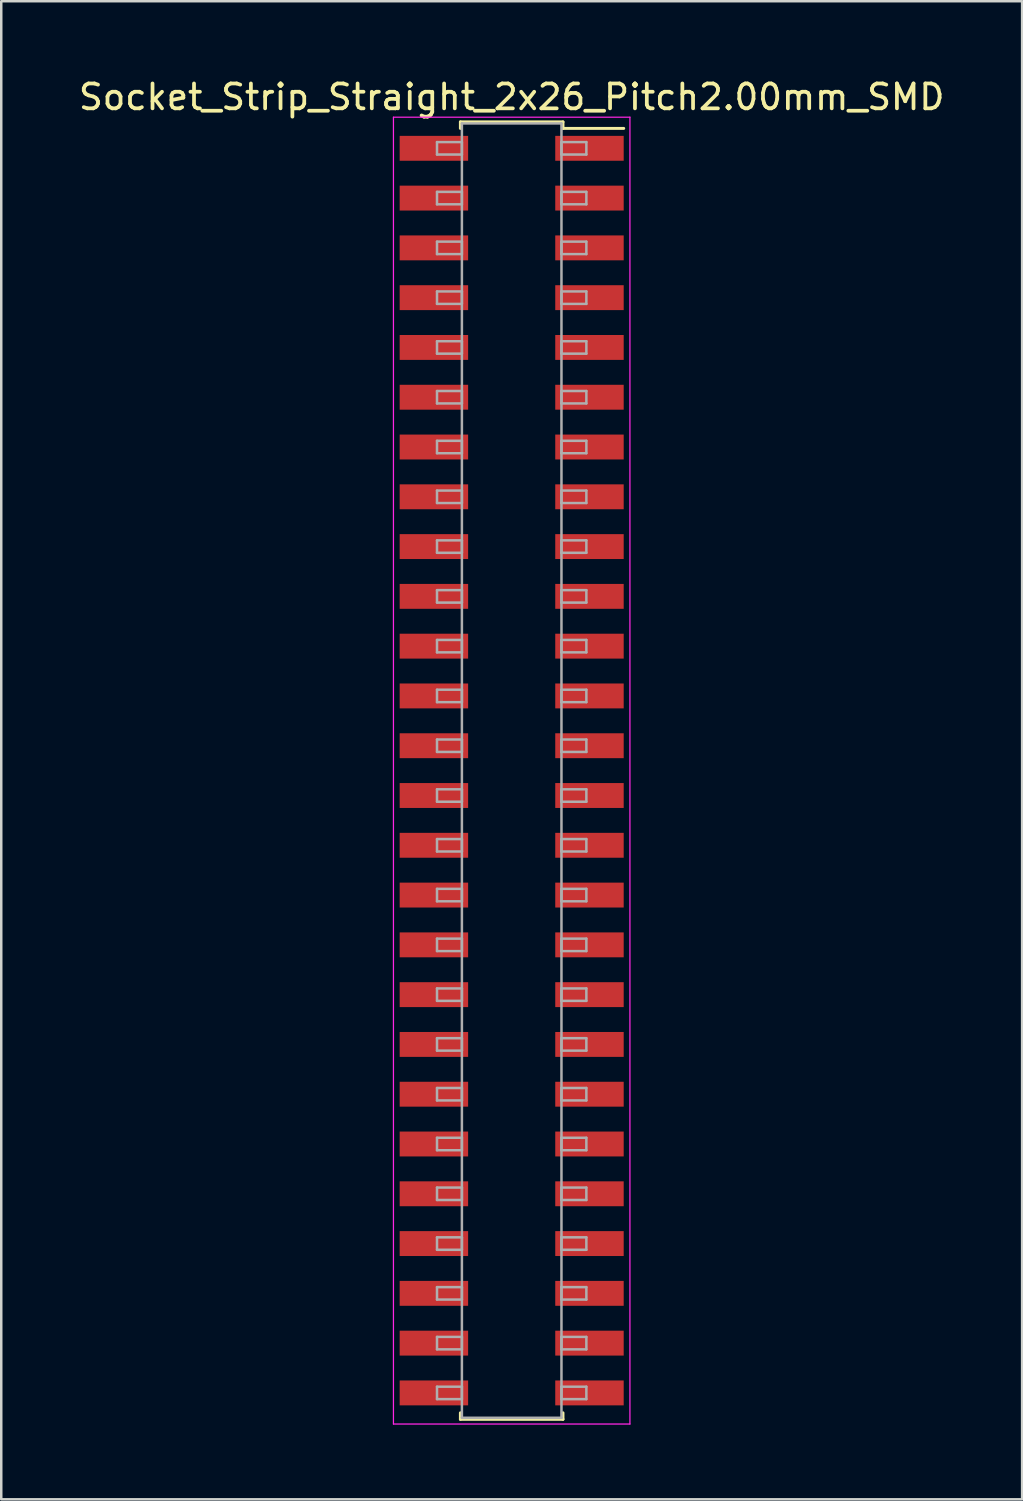
<source format=kicad_pcb>
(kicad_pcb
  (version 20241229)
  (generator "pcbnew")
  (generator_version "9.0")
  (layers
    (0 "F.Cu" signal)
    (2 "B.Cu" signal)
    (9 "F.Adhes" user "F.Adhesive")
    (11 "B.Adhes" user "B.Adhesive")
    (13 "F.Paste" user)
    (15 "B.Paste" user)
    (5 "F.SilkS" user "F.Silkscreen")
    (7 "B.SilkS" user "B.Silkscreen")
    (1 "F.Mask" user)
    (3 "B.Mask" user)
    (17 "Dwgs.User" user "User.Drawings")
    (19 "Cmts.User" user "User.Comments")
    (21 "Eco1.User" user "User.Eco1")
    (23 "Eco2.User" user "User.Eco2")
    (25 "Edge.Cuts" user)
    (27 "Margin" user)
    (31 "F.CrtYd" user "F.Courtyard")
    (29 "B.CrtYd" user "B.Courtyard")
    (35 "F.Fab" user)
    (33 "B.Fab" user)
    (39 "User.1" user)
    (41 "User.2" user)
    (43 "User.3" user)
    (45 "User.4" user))
  (footprint "Socket_Strip_Straight_2x26_Pitch2.00mm_SMD"
    (layer "F.Cu")
    (at 17.506 27.908)
    (property "Reference" "Socket_Strip_Straight_2x26_Pitch2.00mm_SMD" (at 0 -27.06 0) (layer "F.SilkS") (effects (font (size 1 1) (thickness 0.15))))
    (attr smd)
    (fp_line (start -2.06 -26.06) (end 2.06 -26.06) (stroke (width 0.12) (type solid)) (layer "F.SilkS"))
    (fp_line (start -2.06 -25.8) (end -2.06 -26.06) (stroke (width 0.12) (type solid)) (layer "F.SilkS"))
    (fp_line (start -2.06 25.8) (end -2.06 26.06) (stroke (width 0.12) (type solid)) (layer "F.SilkS"))
    (fp_line (start -2.06 26.06) (end 2.06 26.06) (stroke (width 0.12) (type solid)) (layer "F.SilkS"))
    (fp_line (start 2.06 -26.06) (end 2.06 -25.8) (stroke (width 0.12) (type solid)) (layer "F.SilkS"))
    (fp_line (start 2.06 26.06) (end 2.06 25.8) (stroke (width 0.12) (type solid)) (layer "F.SilkS"))
    (fp_line (start 4.5 -25.8) (end 2.06 -25.8) (stroke (width 0.12) (type solid)) (layer "F.SilkS"))
    (fp_line (start -4.75 -26.25) (end -4.75 26.25) (stroke (width 0.05) (type solid)) (layer "F.CrtYd"))
    (fp_line (start -4.75 26.25) (end 4.75 26.25) (stroke (width 0.05) (type solid)) (layer "F.CrtYd"))
    (fp_line (start 4.75 -26.25) (end -4.75 -26.25) (stroke (width 0.05) (type solid)) (layer "F.CrtYd"))
    (fp_line (start 4.75 26.25) (end 4.75 -26.25) (stroke (width 0.05) (type solid)) (layer "F.CrtYd"))
    (fp_line (start -3 -25.25) (end -2 -25.25) (stroke (width 0.1) (type solid)) (layer "F.Fab"))
    (fp_line (start -3 -24.75) (end -3 -25.25) (stroke (width 0.1) (type solid)) (layer "F.Fab"))
    (fp_line (start -3 -23.25) (end -2 -23.25) (stroke (width 0.1) (type solid)) (layer "F.Fab"))
    (fp_line (start -3 -22.75) (end -3 -23.25) (stroke (width 0.1) (type solid)) (layer "F.Fab"))
    (fp_line (start -3 -21.25) (end -2 -21.25) (stroke (width 0.1) (type solid)) (layer "F.Fab"))
    (fp_line (start -3 -20.75) (end -3 -21.25) (stroke (width 0.1) (type solid)) (layer "F.Fab"))
    (fp_line (start -3 -19.25) (end -2 -19.25) (stroke (width 0.1) (type solid)) (layer "F.Fab"))
    (fp_line (start -3 -18.75) (end -3 -19.25) (stroke (width 0.1) (type solid)) (layer "F.Fab"))
    (fp_line (start -3 -17.25) (end -2 -17.25) (stroke (width 0.1) (type solid)) (layer "F.Fab"))
    (fp_line (start -3 -16.75) (end -3 -17.25) (stroke (width 0.1) (type solid)) (layer "F.Fab"))
    (fp_line (start -3 -15.25) (end -2 -15.25) (stroke (width 0.1) (type solid)) (layer "F.Fab"))
    (fp_line (start -3 -14.75) (end -3 -15.25) (stroke (width 0.1) (type solid)) (layer "F.Fab"))
    (fp_line (start -3 -13.25) (end -2 -13.25) (stroke (width 0.1) (type solid)) (layer "F.Fab"))
    (fp_line (start -3 -12.75) (end -3 -13.25) (stroke (width 0.1) (type solid)) (layer "F.Fab"))
    (fp_line (start -3 -11.25) (end -2 -11.25) (stroke (width 0.1) (type solid)) (layer "F.Fab"))
    (fp_line (start -3 -10.75) (end -3 -11.25) (stroke (width 0.1) (type solid)) (layer "F.Fab"))
    (fp_line (start -3 -9.25) (end -2 -9.25) (stroke (width 0.1) (type solid)) (layer "F.Fab"))
    (fp_line (start -3 -8.75) (end -3 -9.25) (stroke (width 0.1) (type solid)) (layer "F.Fab"))
    (fp_line (start -3 -7.25) (end -2 -7.25) (stroke (width 0.1) (type solid)) (layer "F.Fab"))
    (fp_line (start -3 -6.75) (end -3 -7.25) (stroke (width 0.1) (type solid)) (layer "F.Fab"))
    (fp_line (start -3 -5.25) (end -2 -5.25) (stroke (width 0.1) (type solid)) (layer "F.Fab"))
    (fp_line (start -3 -4.75) (end -3 -5.25) (stroke (width 0.1) (type solid)) (layer "F.Fab"))
    (fp_line (start -3 -3.25) (end -2 -3.25) (stroke (width 0.1) (type solid)) (layer "F.Fab"))
    (fp_line (start -3 -2.75) (end -3 -3.25) (stroke (width 0.1) (type solid)) (layer "F.Fab"))
    (fp_line (start -3 -1.25) (end -2 -1.25) (stroke (width 0.1) (type solid)) (layer "F.Fab"))
    (fp_line (start -3 -0.75) (end -3 -1.25) (stroke (width 0.1) (type solid)) (layer "F.Fab"))
    (fp_line (start -3 0.75) (end -2 0.75) (stroke (width 0.1) (type solid)) (layer "F.Fab"))
    (fp_line (start -3 1.25) (end -3 0.75) (stroke (width 0.1) (type solid)) (layer "F.Fab"))
    (fp_line (start -3 2.75) (end -2 2.75) (stroke (width 0.1) (type solid)) (layer "F.Fab"))
    (fp_line (start -3 3.25) (end -3 2.75) (stroke (width 0.1) (type solid)) (layer "F.Fab"))
    (fp_line (start -3 4.75) (end -2 4.75) (stroke (width 0.1) (type solid)) (layer "F.Fab"))
    (fp_line (start -3 5.25) (end -3 4.75) (stroke (width 0.1) (type solid)) (layer "F.Fab"))
    (fp_line (start -3 6.75) (end -2 6.75) (stroke (width 0.1) (type solid)) (layer "F.Fab"))
    (fp_line (start -3 7.25) (end -3 6.75) (stroke (width 0.1) (type solid)) (layer "F.Fab"))
    (fp_line (start -3 8.75) (end -2 8.75) (stroke (width 0.1) (type solid)) (layer "F.Fab"))
    (fp_line (start -3 9.25) (end -3 8.75) (stroke (width 0.1) (type solid)) (layer "F.Fab"))
    (fp_line (start -3 10.75) (end -2 10.75) (stroke (width 0.1) (type solid)) (layer "F.Fab"))
    (fp_line (start -3 11.25) (end -3 10.75) (stroke (width 0.1) (type solid)) (layer "F.Fab"))
    (fp_line (start -3 12.75) (end -2 12.75) (stroke (width 0.1) (type solid)) (layer "F.Fab"))
    (fp_line (start -3 13.25) (end -3 12.75) (stroke (width 0.1) (type solid)) (layer "F.Fab"))
    (fp_line (start -3 14.75) (end -2 14.75) (stroke (width 0.1) (type solid)) (layer "F.Fab"))
    (fp_line (start -3 15.25) (end -3 14.75) (stroke (width 0.1) (type solid)) (layer "F.Fab"))
    (fp_line (start -3 16.75) (end -2 16.75) (stroke (width 0.1) (type solid)) (layer "F.Fab"))
    (fp_line (start -3 17.25) (end -3 16.75) (stroke (width 0.1) (type solid)) (layer "F.Fab"))
    (fp_line (start -3 18.75) (end -2 18.75) (stroke (width 0.1) (type solid)) (layer "F.Fab"))
    (fp_line (start -3 19.25) (end -3 18.75) (stroke (width 0.1) (type solid)) (layer "F.Fab"))
    (fp_line (start -3 20.75) (end -2 20.75) (stroke (width 0.1) (type solid)) (layer "F.Fab"))
    (fp_line (start -3 21.25) (end -3 20.75) (stroke (width 0.1) (type solid)) (layer "F.Fab"))
    (fp_line (start -3 22.75) (end -2 22.75) (stroke (width 0.1) (type solid)) (layer "F.Fab"))
    (fp_line (start -3 23.25) (end -3 22.75) (stroke (width 0.1) (type solid)) (layer "F.Fab"))
    (fp_line (start -3 24.75) (end -2 24.75) (stroke (width 0.1) (type solid)) (layer "F.Fab"))
    (fp_line (start -3 25.25) (end -3 24.75) (stroke (width 0.1) (type solid)) (layer "F.Fab"))
    (fp_line (start -2 -26) (end -2 26) (stroke (width 0.1) (type solid)) (layer "F.Fab"))
    (fp_line (start -2 -25.25) (end -2 -24.75) (stroke (width 0.1) (type solid)) (layer "F.Fab"))
    (fp_line (start -2 -24.75) (end -3 -24.75) (stroke (width 0.1) (type solid)) (layer "F.Fab"))
    (fp_line (start -2 -23.25) (end -2 -22.75) (stroke (width 0.1) (type solid)) (layer "F.Fab"))
    (fp_line (start -2 -22.75) (end -3 -22.75) (stroke (width 0.1) (type solid)) (layer "F.Fab"))
    (fp_line (start -2 -21.25) (end -2 -20.75) (stroke (width 0.1) (type solid)) (layer "F.Fab"))
    (fp_line (start -2 -20.75) (end -3 -20.75) (stroke (width 0.1) (type solid)) (layer "F.Fab"))
    (fp_line (start -2 -19.25) (end -2 -18.75) (stroke (width 0.1) (type solid)) (layer "F.Fab"))
    (fp_line (start -2 -18.75) (end -3 -18.75) (stroke (width 0.1) (type solid)) (layer "F.Fab"))
    (fp_line (start -2 -17.25) (end -2 -16.75) (stroke (width 0.1) (type solid)) (layer "F.Fab"))
    (fp_line (start -2 -16.75) (end -3 -16.75) (stroke (width 0.1) (type solid)) (layer "F.Fab"))
    (fp_line (start -2 -15.25) (end -2 -14.75) (stroke (width 0.1) (type solid)) (layer "F.Fab"))
    (fp_line (start -2 -14.75) (end -3 -14.75) (stroke (width 0.1) (type solid)) (layer "F.Fab"))
    (fp_line (start -2 -13.25) (end -2 -12.75) (stroke (width 0.1) (type solid)) (layer "F.Fab"))
    (fp_line (start -2 -12.75) (end -3 -12.75) (stroke (width 0.1) (type solid)) (layer "F.Fab"))
    (fp_line (start -2 -11.25) (end -2 -10.75) (stroke (width 0.1) (type solid)) (layer "F.Fab"))
    (fp_line (start -2 -10.75) (end -3 -10.75) (stroke (width 0.1) (type solid)) (layer "F.Fab"))
    (fp_line (start -2 -9.25) (end -2 -8.75) (stroke (width 0.1) (type solid)) (layer "F.Fab"))
    (fp_line (start -2 -8.75) (end -3 -8.75) (stroke (width 0.1) (type solid)) (layer "F.Fab"))
    (fp_line (start -2 -7.25) (end -2 -6.75) (stroke (width 0.1) (type solid)) (layer "F.Fab"))
    (fp_line (start -2 -6.75) (end -3 -6.75) (stroke (width 0.1) (type solid)) (layer "F.Fab"))
    (fp_line (start -2 -5.25) (end -2 -4.75) (stroke (width 0.1) (type solid)) (layer "F.Fab"))
    (fp_line (start -2 -4.75) (end -3 -4.75) (stroke (width 0.1) (type solid)) (layer "F.Fab"))
    (fp_line (start -2 -3.25) (end -2 -2.75) (stroke (width 0.1) (type solid)) (layer "F.Fab"))
    (fp_line (start -2 -2.75) (end -3 -2.75) (stroke (width 0.1) (type solid)) (layer "F.Fab"))
    (fp_line (start -2 -1.25) (end -2 -0.75) (stroke (width 0.1) (type solid)) (layer "F.Fab"))
    (fp_line (start -2 -0.75) (end -3 -0.75) (stroke (width 0.1) (type solid)) (layer "F.Fab"))
    (fp_line (start -2 0.75) (end -2 1.25) (stroke (width 0.1) (type solid)) (layer "F.Fab"))
    (fp_line (start -2 1.25) (end -3 1.25) (stroke (width 0.1) (type solid)) (layer "F.Fab"))
    (fp_line (start -2 2.75) (end -2 3.25) (stroke (width 0.1) (type solid)) (layer "F.Fab"))
    (fp_line (start -2 3.25) (end -3 3.25) (stroke (width 0.1) (type solid)) (layer "F.Fab"))
    (fp_line (start -2 4.75) (end -2 5.25) (stroke (width 0.1) (type solid)) (layer "F.Fab"))
    (fp_line (start -2 5.25) (end -3 5.25) (stroke (width 0.1) (type solid)) (layer "F.Fab"))
    (fp_line (start -2 6.75) (end -2 7.25) (stroke (width 0.1) (type solid)) (layer "F.Fab"))
    (fp_line (start -2 7.25) (end -3 7.25) (stroke (width 0.1) (type solid)) (layer "F.Fab"))
    (fp_line (start -2 8.75) (end -2 9.25) (stroke (width 0.1) (type solid)) (layer "F.Fab"))
    (fp_line (start -2 9.25) (end -3 9.25) (stroke (width 0.1) (type solid)) (layer "F.Fab"))
    (fp_line (start -2 10.75) (end -2 11.25) (stroke (width 0.1) (type solid)) (layer "F.Fab"))
    (fp_line (start -2 11.25) (end -3 11.25) (stroke (width 0.1) (type solid)) (layer "F.Fab"))
    (fp_line (start -2 12.75) (end -2 13.25) (stroke (width 0.1) (type solid)) (layer "F.Fab"))
    (fp_line (start -2 13.25) (end -3 13.25) (stroke (width 0.1) (type solid)) (layer "F.Fab"))
    (fp_line (start -2 14.75) (end -2 15.25) (stroke (width 0.1) (type solid)) (layer "F.Fab"))
    (fp_line (start -2 15.25) (end -3 15.25) (stroke (width 0.1) (type solid)) (layer "F.Fab"))
    (fp_line (start -2 16.75) (end -2 17.25) (stroke (width 0.1) (type solid)) (layer "F.Fab"))
    (fp_line (start -2 17.25) (end -3 17.25) (stroke (width 0.1) (type solid)) (layer "F.Fab"))
    (fp_line (start -2 18.75) (end -2 19.25) (stroke (width 0.1) (type solid)) (layer "F.Fab"))
    (fp_line (start -2 19.25) (end -3 19.25) (stroke (width 0.1) (type solid)) (layer "F.Fab"))
    (fp_line (start -2 20.75) (end -2 21.25) (stroke (width 0.1) (type solid)) (layer "F.Fab"))
    (fp_line (start -2 21.25) (end -3 21.25) (stroke (width 0.1) (type solid)) (layer "F.Fab"))
    (fp_line (start -2 22.75) (end -2 23.25) (stroke (width 0.1) (type solid)) (layer "F.Fab"))
    (fp_line (start -2 23.25) (end -3 23.25) (stroke (width 0.1) (type solid)) (layer "F.Fab"))
    (fp_line (start -2 24.75) (end -2 25.25) (stroke (width 0.1) (type solid)) (layer "F.Fab"))
    (fp_line (start -2 25.25) (end -3 25.25) (stroke (width 0.1) (type solid)) (layer "F.Fab"))
    (fp_line (start -2 26) (end 2 26) (stroke (width 0.1) (type solid)) (layer "F.Fab"))
    (fp_line (start 2 -26) (end -2 -26) (stroke (width 0.1) (type solid)) (layer "F.Fab"))
    (fp_line (start 2 -25.25) (end 2 -24.75) (stroke (width 0.1) (type solid)) (layer "F.Fab"))
    (fp_line (start 2 -24.75) (end 3 -24.75) (stroke (width 0.1) (type solid)) (layer "F.Fab"))
    (fp_line (start 2 -23.25) (end 2 -22.75) (stroke (width 0.1) (type solid)) (layer "F.Fab"))
    (fp_line (start 2 -22.75) (end 3 -22.75) (stroke (width 0.1) (type solid)) (layer "F.Fab"))
    (fp_line (start 2 -21.25) (end 2 -20.75) (stroke (width 0.1) (type solid)) (layer "F.Fab"))
    (fp_line (start 2 -20.75) (end 3 -20.75) (stroke (width 0.1) (type solid)) (layer "F.Fab"))
    (fp_line (start 2 -19.25) (end 2 -18.75) (stroke (width 0.1) (type solid)) (layer "F.Fab"))
    (fp_line (start 2 -18.75) (end 3 -18.75) (stroke (width 0.1) (type solid)) (layer "F.Fab"))
    (fp_line (start 2 -17.25) (end 2 -16.75) (stroke (width 0.1) (type solid)) (layer "F.Fab"))
    (fp_line (start 2 -16.75) (end 3 -16.75) (stroke (width 0.1) (type solid)) (layer "F.Fab"))
    (fp_line (start 2 -15.25) (end 2 -14.75) (stroke (width 0.1) (type solid)) (layer "F.Fab"))
    (fp_line (start 2 -14.75) (end 3 -14.75) (stroke (width 0.1) (type solid)) (layer "F.Fab"))
    (fp_line (start 2 -13.25) (end 2 -12.75) (stroke (width 0.1) (type solid)) (layer "F.Fab"))
    (fp_line (start 2 -12.75) (end 3 -12.75) (stroke (width 0.1) (type solid)) (layer "F.Fab"))
    (fp_line (start 2 -11.25) (end 2 -10.75) (stroke (width 0.1) (type solid)) (layer "F.Fab"))
    (fp_line (start 2 -10.75) (end 3 -10.75) (stroke (width 0.1) (type solid)) (layer "F.Fab"))
    (fp_line (start 2 -9.25) (end 2 -8.75) (stroke (width 0.1) (type solid)) (layer "F.Fab"))
    (fp_line (start 2 -8.75) (end 3 -8.75) (stroke (width 0.1) (type solid)) (layer "F.Fab"))
    (fp_line (start 2 -7.25) (end 2 -6.75) (stroke (width 0.1) (type solid)) (layer "F.Fab"))
    (fp_line (start 2 -6.75) (end 3 -6.75) (stroke (width 0.1) (type solid)) (layer "F.Fab"))
    (fp_line (start 2 -5.25) (end 2 -4.75) (stroke (width 0.1) (type solid)) (layer "F.Fab"))
    (fp_line (start 2 -4.75) (end 3 -4.75) (stroke (width 0.1) (type solid)) (layer "F.Fab"))
    (fp_line (start 2 -3.25) (end 2 -2.75) (stroke (width 0.1) (type solid)) (layer "F.Fab"))
    (fp_line (start 2 -2.75) (end 3 -2.75) (stroke (width 0.1) (type solid)) (layer "F.Fab"))
    (fp_line (start 2 -1.25) (end 2 -0.75) (stroke (width 0.1) (type solid)) (layer "F.Fab"))
    (fp_line (start 2 -0.75) (end 3 -0.75) (stroke (width 0.1) (type solid)) (layer "F.Fab"))
    (fp_line (start 2 0.75) (end 2 1.25) (stroke (width 0.1) (type solid)) (layer "F.Fab"))
    (fp_line (start 2 1.25) (end 3 1.25) (stroke (width 0.1) (type solid)) (layer "F.Fab"))
    (fp_line (start 2 2.75) (end 2 3.25) (stroke (width 0.1) (type solid)) (layer "F.Fab"))
    (fp_line (start 2 3.25) (end 3 3.25) (stroke (width 0.1) (type solid)) (layer "F.Fab"))
    (fp_line (start 2 4.75) (end 2 5.25) (stroke (width 0.1) (type solid)) (layer "F.Fab"))
    (fp_line (start 2 5.25) (end 3 5.25) (stroke (width 0.1) (type solid)) (layer "F.Fab"))
    (fp_line (start 2 6.75) (end 2 7.25) (stroke (width 0.1) (type solid)) (layer "F.Fab"))
    (fp_line (start 2 7.25) (end 3 7.25) (stroke (width 0.1) (type solid)) (layer "F.Fab"))
    (fp_line (start 2 8.75) (end 2 9.25) (stroke (width 0.1) (type solid)) (layer "F.Fab"))
    (fp_line (start 2 9.25) (end 3 9.25) (stroke (width 0.1) (type solid)) (layer "F.Fab"))
    (fp_line (start 2 10.75) (end 2 11.25) (stroke (width 0.1) (type solid)) (layer "F.Fab"))
    (fp_line (start 2 11.25) (end 3 11.25) (stroke (width 0.1) (type solid)) (layer "F.Fab"))
    (fp_line (start 2 12.75) (end 2 13.25) (stroke (width 0.1) (type solid)) (layer "F.Fab"))
    (fp_line (start 2 13.25) (end 3 13.25) (stroke (width 0.1) (type solid)) (layer "F.Fab"))
    (fp_line (start 2 14.75) (end 2 15.25) (stroke (width 0.1) (type solid)) (layer "F.Fab"))
    (fp_line (start 2 15.25) (end 3 15.25) (stroke (width 0.1) (type solid)) (layer "F.Fab"))
    (fp_line (start 2 16.75) (end 2 17.25) (stroke (width 0.1) (type solid)) (layer "F.Fab"))
    (fp_line (start 2 17.25) (end 3 17.25) (stroke (width 0.1) (type solid)) (layer "F.Fab"))
    (fp_line (start 2 18.75) (end 2 19.25) (stroke (width 0.1) (type solid)) (layer "F.Fab"))
    (fp_line (start 2 19.25) (end 3 19.25) (stroke (width 0.1) (type solid)) (layer "F.Fab"))
    (fp_line (start 2 20.75) (end 2 21.25) (stroke (width 0.1) (type solid)) (layer "F.Fab"))
    (fp_line (start 2 21.25) (end 3 21.25) (stroke (width 0.1) (type solid)) (layer "F.Fab"))
    (fp_line (start 2 22.75) (end 2 23.25) (stroke (width 0.1) (type solid)) (layer "F.Fab"))
    (fp_line (start 2 23.25) (end 3 23.25) (stroke (width 0.1) (type solid)) (layer "F.Fab"))
    (fp_line (start 2 24.75) (end 2 25.25) (stroke (width 0.1) (type solid)) (layer "F.Fab"))
    (fp_line (start 2 25.25) (end 3 25.25) (stroke (width 0.1) (type solid)) (layer "F.Fab"))
    (fp_line (start 2 26) (end 2 -26) (stroke (width 0.1) (type solid)) (layer "F.Fab"))
    (fp_line (start 3 -25.25) (end 2 -25.25) (stroke (width 0.1) (type solid)) (layer "F.Fab"))
    (fp_line (start 3 -24.75) (end 3 -25.25) (stroke (width 0.1) (type solid)) (layer "F.Fab"))
    (fp_line (start 3 -23.25) (end 2 -23.25) (stroke (width 0.1) (type solid)) (layer "F.Fab"))
    (fp_line (start 3 -22.75) (end 3 -23.25) (stroke (width 0.1) (type solid)) (layer "F.Fab"))
    (fp_line (start 3 -21.25) (end 2 -21.25) (stroke (width 0.1) (type solid)) (layer "F.Fab"))
    (fp_line (start 3 -20.75) (end 3 -21.25) (stroke (width 0.1) (type solid)) (layer "F.Fab"))
    (fp_line (start 3 -19.25) (end 2 -19.25) (stroke (width 0.1) (type solid)) (layer "F.Fab"))
    (fp_line (start 3 -18.75) (end 3 -19.25) (stroke (width 0.1) (type solid)) (layer "F.Fab"))
    (fp_line (start 3 -17.25) (end 2 -17.25) (stroke (width 0.1) (type solid)) (layer "F.Fab"))
    (fp_line (start 3 -16.75) (end 3 -17.25) (stroke (width 0.1) (type solid)) (layer "F.Fab"))
    (fp_line (start 3 -15.25) (end 2 -15.25) (stroke (width 0.1) (type solid)) (layer "F.Fab"))
    (fp_line (start 3 -14.75) (end 3 -15.25) (stroke (width 0.1) (type solid)) (layer "F.Fab"))
    (fp_line (start 3 -13.25) (end 2 -13.25) (stroke (width 0.1) (type solid)) (layer "F.Fab"))
    (fp_line (start 3 -12.75) (end 3 -13.25) (stroke (width 0.1) (type solid)) (layer "F.Fab"))
    (fp_line (start 3 -11.25) (end 2 -11.25) (stroke (width 0.1) (type solid)) (layer "F.Fab"))
    (fp_line (start 3 -10.75) (end 3 -11.25) (stroke (width 0.1) (type solid)) (layer "F.Fab"))
    (fp_line (start 3 -9.25) (end 2 -9.25) (stroke (width 0.1) (type solid)) (layer "F.Fab"))
    (fp_line (start 3 -8.75) (end 3 -9.25) (stroke (width 0.1) (type solid)) (layer "F.Fab"))
    (fp_line (start 3 -7.25) (end 2 -7.25) (stroke (width 0.1) (type solid)) (layer "F.Fab"))
    (fp_line (start 3 -6.75) (end 3 -7.25) (stroke (width 0.1) (type solid)) (layer "F.Fab"))
    (fp_line (start 3 -5.25) (end 2 -5.25) (stroke (width 0.1) (type solid)) (layer "F.Fab"))
    (fp_line (start 3 -4.75) (end 3 -5.25) (stroke (width 0.1) (type solid)) (layer "F.Fab"))
    (fp_line (start 3 -3.25) (end 2 -3.25) (stroke (width 0.1) (type solid)) (layer "F.Fab"))
    (fp_line (start 3 -2.75) (end 3 -3.25) (stroke (width 0.1) (type solid)) (layer "F.Fab"))
    (fp_line (start 3 -1.25) (end 2 -1.25) (stroke (width 0.1) (type solid)) (layer "F.Fab"))
    (fp_line (start 3 -0.75) (end 3 -1.25) (stroke (width 0.1) (type solid)) (layer "F.Fab"))
    (fp_line (start 3 0.75) (end 2 0.75) (stroke (width 0.1) (type solid)) (layer "F.Fab"))
    (fp_line (start 3 1.25) (end 3 0.75) (stroke (width 0.1) (type solid)) (layer "F.Fab"))
    (fp_line (start 3 2.75) (end 2 2.75) (stroke (width 0.1) (type solid)) (layer "F.Fab"))
    (fp_line (start 3 3.25) (end 3 2.75) (stroke (width 0.1) (type solid)) (layer "F.Fab"))
    (fp_line (start 3 4.75) (end 2 4.75) (stroke (width 0.1) (type solid)) (layer "F.Fab"))
    (fp_line (start 3 5.25) (end 3 4.75) (stroke (width 0.1) (type solid)) (layer "F.Fab"))
    (fp_line (start 3 6.75) (end 2 6.75) (stroke (width 0.1) (type solid)) (layer "F.Fab"))
    (fp_line (start 3 7.25) (end 3 6.75) (stroke (width 0.1) (type solid)) (layer "F.Fab"))
    (fp_line (start 3 8.75) (end 2 8.75) (stroke (width 0.1) (type solid)) (layer "F.Fab"))
    (fp_line (start 3 9.25) (end 3 8.75) (stroke (width 0.1) (type solid)) (layer "F.Fab"))
    (fp_line (start 3 10.75) (end 2 10.75) (stroke (width 0.1) (type solid)) (layer "F.Fab"))
    (fp_line (start 3 11.25) (end 3 10.75) (stroke (width 0.1) (type solid)) (layer "F.Fab"))
    (fp_line (start 3 12.75) (end 2 12.75) (stroke (width 0.1) (type solid)) (layer "F.Fab"))
    (fp_line (start 3 13.25) (end 3 12.75) (stroke (width 0.1) (type solid)) (layer "F.Fab"))
    (fp_line (start 3 14.75) (end 2 14.75) (stroke (width 0.1) (type solid)) (layer "F.Fab"))
    (fp_line (start 3 15.25) (end 3 14.75) (stroke (width 0.1) (type solid)) (layer "F.Fab"))
    (fp_line (start 3 16.75) (end 2 16.75) (stroke (width 0.1) (type solid)) (layer "F.Fab"))
    (fp_line (start 3 17.25) (end 3 16.75) (stroke (width 0.1) (type solid)) (layer "F.Fab"))
    (fp_line (start 3 18.75) (end 2 18.75) (stroke (width 0.1) (type solid)) (layer "F.Fab"))
    (fp_line (start 3 19.25) (end 3 18.75) (stroke (width 0.1) (type solid)) (layer "F.Fab"))
    (fp_line (start 3 20.75) (end 2 20.75) (stroke (width 0.1) (type solid)) (layer "F.Fab"))
    (fp_line (start 3 21.25) (end 3 20.75) (stroke (width 0.1) (type solid)) (layer "F.Fab"))
    (fp_line (start 3 22.75) (end 2 22.75) (stroke (width 0.1) (type solid)) (layer "F.Fab"))
    (fp_line (start 3 23.25) (end 3 22.75) (stroke (width 0.1) (type solid)) (layer "F.Fab"))
    (fp_line (start 3 24.75) (end 2 24.75) (stroke (width 0.1) (type solid)) (layer "F.Fab"))
    (fp_line (start 3 25.25) (end 3 24.75) (stroke (width 0.1) (type solid)) (layer "F.Fab"))
    (pad "1" smd rect (at 3.125 -25) (size 2.75 1) (layers "F.Cu" "F.Mask"))
    (pad "2" smd rect (at -3.125 -25) (size 2.75 1) (layers "F.Cu" "F.Mask"))
    (pad "3" smd rect (at 3.125 -23) (size 2.75 1) (layers "F.Cu" "F.Mask"))
    (pad "4" smd rect (at -3.125 -23) (size 2.75 1) (layers "F.Cu" "F.Mask"))
    (pad "5" smd rect (at 3.125 -21) (size 2.75 1) (layers "F.Cu" "F.Mask"))
    (pad "6" smd rect (at -3.125 -21) (size 2.75 1) (layers "F.Cu" "F.Mask"))
    (pad "7" smd rect (at 3.125 -19) (size 2.75 1) (layers "F.Cu" "F.Mask"))
    (pad "8" smd rect (at -3.125 -19) (size 2.75 1) (layers "F.Cu" "F.Mask"))
    (pad "9" smd rect (at 3.125 -17) (size 2.75 1) (layers "F.Cu" "F.Mask"))
    (pad "10" smd rect (at -3.125 -17) (size 2.75 1) (layers "F.Cu" "F.Mask"))
    (pad "11" smd rect (at 3.125 -15) (size 2.75 1) (layers "F.Cu" "F.Mask"))
    (pad "12" smd rect (at -3.125 -15) (size 2.75 1) (layers "F.Cu" "F.Mask"))
    (pad "13" smd rect (at 3.125 -13) (size 2.75 1) (layers "F.Cu" "F.Mask"))
    (pad "14" smd rect (at -3.125 -13) (size 2.75 1) (layers "F.Cu" "F.Mask"))
    (pad "15" smd rect (at 3.125 -11) (size 2.75 1) (layers "F.Cu" "F.Mask"))
    (pad "16" smd rect (at -3.125 -11) (size 2.75 1) (layers "F.Cu" "F.Mask"))
    (pad "17" smd rect (at 3.125 -9) (size 2.75 1) (layers "F.Cu" "F.Mask"))
    (pad "18" smd rect (at -3.125 -9) (size 2.75 1) (layers "F.Cu" "F.Mask"))
    (pad "19" smd rect (at 3.125 -7) (size 2.75 1) (layers "F.Cu" "F.Mask"))
    (pad "20" smd rect (at -3.125 -7) (size 2.75 1) (layers "F.Cu" "F.Mask"))
    (pad "21" smd rect (at 3.125 -5) (size 2.75 1) (layers "F.Cu" "F.Mask"))
    (pad "22" smd rect (at -3.125 -5) (size 2.75 1) (layers "F.Cu" "F.Mask"))
    (pad "23" smd rect (at 3.125 -3) (size 2.75 1) (layers "F.Cu" "F.Mask"))
    (pad "24" smd rect (at -3.125 -3) (size 2.75 1) (layers "F.Cu" "F.Mask"))
    (pad "25" smd rect (at 3.125 -1) (size 2.75 1) (layers "F.Cu" "F.Mask"))
    (pad "26" smd rect (at -3.125 -1) (size 2.75 1) (layers "F.Cu" "F.Mask"))
    (pad "27" smd rect (at 3.125 1) (size 2.75 1) (layers "F.Cu" "F.Mask"))
    (pad "28" smd rect (at -3.125 1) (size 2.75 1) (layers "F.Cu" "F.Mask"))
    (pad "29" smd rect (at 3.125 3) (size 2.75 1) (layers "F.Cu" "F.Mask"))
    (pad "30" smd rect (at -3.125 3) (size 2.75 1) (layers "F.Cu" "F.Mask"))
    (pad "31" smd rect (at 3.125 5) (size 2.75 1) (layers "F.Cu" "F.Mask"))
    (pad "32" smd rect (at -3.125 5) (size 2.75 1) (layers "F.Cu" "F.Mask"))
    (pad "33" smd rect (at 3.125 7) (size 2.75 1) (layers "F.Cu" "F.Mask"))
    (pad "34" smd rect (at -3.125 7) (size 2.75 1) (layers "F.Cu" "F.Mask"))
    (pad "35" smd rect (at 3.125 9) (size 2.75 1) (layers "F.Cu" "F.Mask"))
    (pad "36" smd rect (at -3.125 9) (size 2.75 1) (layers "F.Cu" "F.Mask"))
    (pad "37" smd rect (at 3.125 11) (size 2.75 1) (layers "F.Cu" "F.Mask"))
    (pad "38" smd rect (at -3.125 11) (size 2.75 1) (layers "F.Cu" "F.Mask"))
    (pad "39" smd rect (at 3.125 13) (size 2.75 1) (layers "F.Cu" "F.Mask"))
    (pad "40" smd rect (at -3.125 13) (size 2.75 1) (layers "F.Cu" "F.Mask"))
    (pad "41" smd rect (at 3.125 15) (size 2.75 1) (layers "F.Cu" "F.Mask"))
    (pad "42" smd rect (at -3.125 15) (size 2.75 1) (layers "F.Cu" "F.Mask"))
    (pad "43" smd rect (at 3.125 17) (size 2.75 1) (layers "F.Cu" "F.Mask"))
    (pad "44" smd rect (at -3.125 17) (size 2.75 1) (layers "F.Cu" "F.Mask"))
    (pad "45" smd rect (at 3.125 19) (size 2.75 1) (layers "F.Cu" "F.Mask"))
    (pad "46" smd rect (at -3.125 19) (size 2.75 1) (layers "F.Cu" "F.Mask"))
    (pad "47" smd rect (at 3.125 21) (size 2.75 1) (layers "F.Cu" "F.Mask"))
    (pad "48" smd rect (at -3.125 21) (size 2.75 1) (layers "F.Cu" "F.Mask"))
    (pad "49" smd rect (at 3.125 23) (size 2.75 1) (layers "F.Cu" "F.Mask"))
    (pad "50" smd rect (at -3.125 23) (size 2.75 1) (layers "F.Cu" "F.Mask"))
    (pad "51" smd rect (at 3.125 25) (size 2.75 1) (layers "F.Cu" "F.Mask"))
    (pad "52" smd rect (at -3.125 25) (size 2.75 1) (layers "F.Cu" "F.Mask")))
  (gr_rect
    (start -3 -3)
    (end 38.012 57.183)
    (stroke (width 0.1) (type default))
    (fill no)
    (layer "Edge.Cuts")))
</source>
